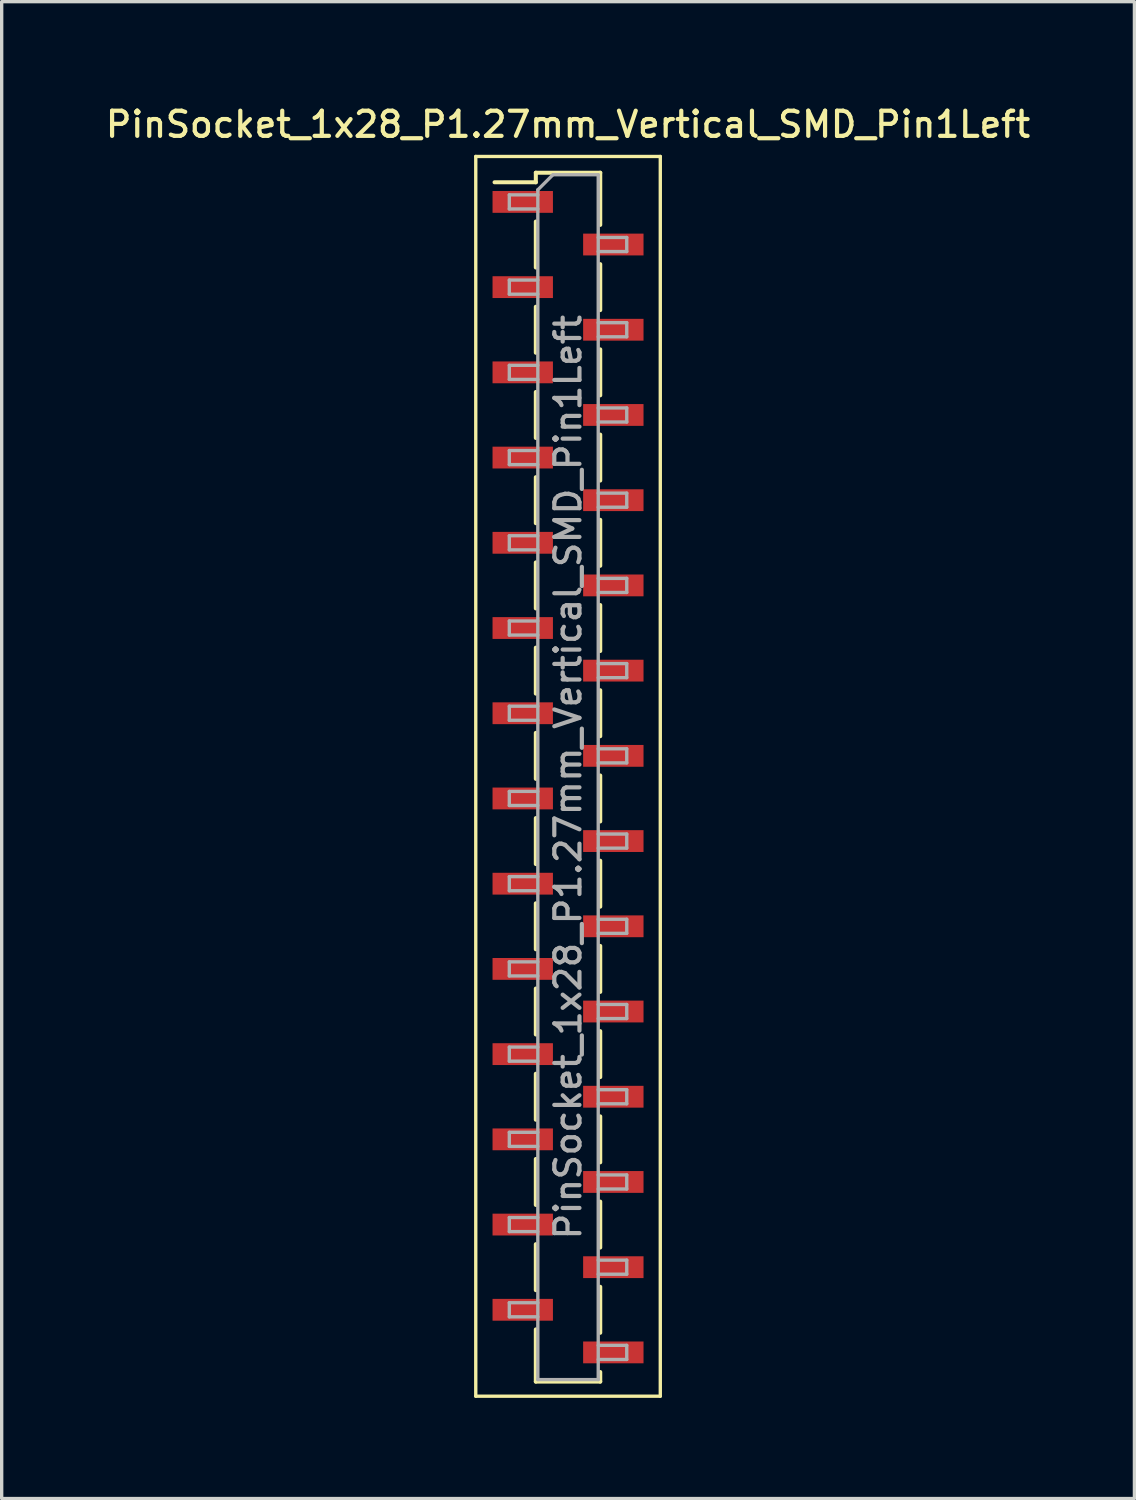
<source format=kicad_pcb>
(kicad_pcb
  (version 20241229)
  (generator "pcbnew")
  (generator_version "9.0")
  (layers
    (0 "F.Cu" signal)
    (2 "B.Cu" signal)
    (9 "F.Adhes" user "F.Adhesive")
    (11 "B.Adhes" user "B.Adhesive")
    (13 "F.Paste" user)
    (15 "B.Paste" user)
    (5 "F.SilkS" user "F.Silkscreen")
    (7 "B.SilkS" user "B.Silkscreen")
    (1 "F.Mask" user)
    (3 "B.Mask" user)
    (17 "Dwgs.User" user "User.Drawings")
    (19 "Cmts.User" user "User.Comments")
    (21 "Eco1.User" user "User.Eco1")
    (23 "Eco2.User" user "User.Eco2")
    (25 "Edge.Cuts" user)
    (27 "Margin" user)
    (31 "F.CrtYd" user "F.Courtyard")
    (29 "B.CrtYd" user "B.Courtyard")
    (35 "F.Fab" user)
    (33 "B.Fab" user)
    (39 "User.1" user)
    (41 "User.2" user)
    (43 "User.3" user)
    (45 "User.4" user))
  (footprint "PinSocket_1x28_P1.27mm_Vertical_SMD_Pin1Left"
    (layer "F.Cu")
    (at 13.88 20.113)
    (property "Reference" "PinSocket_1x28_P1.27mm_Vertical_SMD_Pin1Left" (at 0 -19.455 0) (layer "F.SilkS") (effects (font (size 0.75 0.75) (thickness 0.125))))
    (attr smd)
    (fp_line (start -2.75 -18.5) (end 2.75 -18.5) (stroke (width 0.1) (type solid)) (layer "F.SilkS"))
    (fp_line (start -2.75 18.45) (end -2.75 -18.5) (stroke (width 0.1) (type solid)) (layer "F.SilkS"))
    (fp_line (start -2.19 -17.73) (end -0.96 -17.73) (stroke (width 0.12) (type solid)) (layer "F.SilkS"))
    (fp_line (start -0.96 -18.015) (end -0.96 -17.73) (stroke (width 0.12) (type solid)) (layer "F.SilkS"))
    (fp_line (start -0.96 -18.015) (end 0.96 -18.015) (stroke (width 0.12) (type solid)) (layer "F.SilkS"))
    (fp_line (start -0.96 -16.56) (end -0.96 -15.19) (stroke (width 0.12) (type solid)) (layer "F.SilkS"))
    (fp_line (start -0.96 -14.02) (end -0.96 -12.65) (stroke (width 0.12) (type solid)) (layer "F.SilkS"))
    (fp_line (start -0.96 -11.48) (end -0.96 -10.11) (stroke (width 0.12) (type solid)) (layer "F.SilkS"))
    (fp_line (start -0.96 -8.94) (end -0.96 -7.57) (stroke (width 0.12) (type solid)) (layer "F.SilkS"))
    (fp_line (start -0.96 -6.4) (end -0.96 -5.03) (stroke (width 0.12) (type solid)) (layer "F.SilkS"))
    (fp_line (start -0.96 -3.86) (end -0.96 -2.49) (stroke (width 0.12) (type solid)) (layer "F.SilkS"))
    (fp_line (start -0.96 -1.32) (end -0.96 0.05) (stroke (width 0.12) (type solid)) (layer "F.SilkS"))
    (fp_line (start -0.96 1.22) (end -0.96 2.59) (stroke (width 0.12) (type solid)) (layer "F.SilkS"))
    (fp_line (start -0.96 3.76) (end -0.96 5.13) (stroke (width 0.12) (type solid)) (layer "F.SilkS"))
    (fp_line (start -0.96 6.3) (end -0.96 7.67) (stroke (width 0.12) (type solid)) (layer "F.SilkS"))
    (fp_line (start -0.96 8.84) (end -0.96 10.21) (stroke (width 0.12) (type solid)) (layer "F.SilkS"))
    (fp_line (start -0.96 11.38) (end -0.96 12.75) (stroke (width 0.12) (type solid)) (layer "F.SilkS"))
    (fp_line (start -0.96 13.92) (end -0.96 15.29) (stroke (width 0.12) (type solid)) (layer "F.SilkS"))
    (fp_line (start -0.96 16.46) (end -0.96 18.015) (stroke (width 0.12) (type solid)) (layer "F.SilkS"))
    (fp_line (start -0.96 18.015) (end 0.96 18.015) (stroke (width 0.12) (type solid)) (layer "F.SilkS"))
    (fp_line (start 0.96 -18.015) (end 0.96 -16.46) (stroke (width 0.12) (type solid)) (layer "F.SilkS"))
    (fp_line (start 0.96 -15.29) (end 0.96 -13.92) (stroke (width 0.12) (type solid)) (layer "F.SilkS"))
    (fp_line (start 0.96 -12.75) (end 0.96 -11.38) (stroke (width 0.12) (type solid)) (layer "F.SilkS"))
    (fp_line (start 0.96 -10.21) (end 0.96 -8.84) (stroke (width 0.12) (type solid)) (layer "F.SilkS"))
    (fp_line (start 0.96 -7.67) (end 0.96 -6.3) (stroke (width 0.12) (type solid)) (layer "F.SilkS"))
    (fp_line (start 0.96 -5.13) (end 0.96 -3.76) (stroke (width 0.12) (type solid)) (layer "F.SilkS"))
    (fp_line (start 0.96 -2.59) (end 0.96 -1.22) (stroke (width 0.12) (type solid)) (layer "F.SilkS"))
    (fp_line (start 0.96 -0.05) (end 0.96 1.32) (stroke (width 0.12) (type solid)) (layer "F.SilkS"))
    (fp_line (start 0.96 2.49) (end 0.96 3.86) (stroke (width 0.12) (type solid)) (layer "F.SilkS"))
    (fp_line (start 0.96 5.03) (end 0.96 6.4) (stroke (width 0.12) (type solid)) (layer "F.SilkS"))
    (fp_line (start 0.96 7.57) (end 0.96 8.94) (stroke (width 0.12) (type solid)) (layer "F.SilkS"))
    (fp_line (start 0.96 10.11) (end 0.96 11.48) (stroke (width 0.12) (type solid)) (layer "F.SilkS"))
    (fp_line (start 0.96 12.65) (end 0.96 14.02) (stroke (width 0.12) (type solid)) (layer "F.SilkS"))
    (fp_line (start 0.96 15.19) (end 0.96 16.56) (stroke (width 0.12) (type solid)) (layer "F.SilkS"))
    (fp_line (start 0.96 17.73) (end 0.96 18.015) (stroke (width 0.12) (type solid)) (layer "F.SilkS"))
    (fp_line (start 2.75 -18.5) (end 2.75 18.45) (stroke (width 0.1) (type solid)) (layer "F.SilkS"))
    (fp_line (start 2.75 18.45) (end -2.75 18.45) (stroke (width 0.1) (type solid)) (layer "F.SilkS"))
    (fp_line (start -1.75 -17.355) (end -0.9 -17.355) (stroke (width 0.1) (type solid)) (layer "F.Fab"))
    (fp_line (start -1.75 -16.935) (end -1.75 -17.355) (stroke (width 0.1) (type solid)) (layer "F.Fab"))
    (fp_line (start -1.75 -14.815) (end -0.9 -14.815) (stroke (width 0.1) (type solid)) (layer "F.Fab"))
    (fp_line (start -1.75 -14.395) (end -1.75 -14.815) (stroke (width 0.1) (type solid)) (layer "F.Fab"))
    (fp_line (start -1.75 -12.275) (end -0.9 -12.275) (stroke (width 0.1) (type solid)) (layer "F.Fab"))
    (fp_line (start -1.75 -11.855) (end -1.75 -12.275) (stroke (width 0.1) (type solid)) (layer "F.Fab"))
    (fp_line (start -1.75 -9.735) (end -0.9 -9.735) (stroke (width 0.1) (type solid)) (layer "F.Fab"))
    (fp_line (start -1.75 -9.315) (end -1.75 -9.735) (stroke (width 0.1) (type solid)) (layer "F.Fab"))
    (fp_line (start -1.75 -7.195) (end -0.9 -7.195) (stroke (width 0.1) (type solid)) (layer "F.Fab"))
    (fp_line (start -1.75 -6.775) (end -1.75 -7.195) (stroke (width 0.1) (type solid)) (layer "F.Fab"))
    (fp_line (start -1.75 -4.655) (end -0.9 -4.655) (stroke (width 0.1) (type solid)) (layer "F.Fab"))
    (fp_line (start -1.75 -4.235) (end -1.75 -4.655) (stroke (width 0.1) (type solid)) (layer "F.Fab"))
    (fp_line (start -1.75 -2.115) (end -0.9 -2.115) (stroke (width 0.1) (type solid)) (layer "F.Fab"))
    (fp_line (start -1.75 -1.695) (end -1.75 -2.115) (stroke (width 0.1) (type solid)) (layer "F.Fab"))
    (fp_line (start -1.75 0.425) (end -0.9 0.425) (stroke (width 0.1) (type solid)) (layer "F.Fab"))
    (fp_line (start -1.75 0.845) (end -1.75 0.425) (stroke (width 0.1) (type solid)) (layer "F.Fab"))
    (fp_line (start -1.75 2.965) (end -0.9 2.965) (stroke (width 0.1) (type solid)) (layer "F.Fab"))
    (fp_line (start -1.75 3.385) (end -1.75 2.965) (stroke (width 0.1) (type solid)) (layer "F.Fab"))
    (fp_line (start -1.75 5.505) (end -0.9 5.505) (stroke (width 0.1) (type solid)) (layer "F.Fab"))
    (fp_line (start -1.75 5.925) (end -1.75 5.505) (stroke (width 0.1) (type solid)) (layer "F.Fab"))
    (fp_line (start -1.75 8.045) (end -0.9 8.045) (stroke (width 0.1) (type solid)) (layer "F.Fab"))
    (fp_line (start -1.75 8.465) (end -1.75 8.045) (stroke (width 0.1) (type solid)) (layer "F.Fab"))
    (fp_line (start -1.75 10.585) (end -0.9 10.585) (stroke (width 0.1) (type solid)) (layer "F.Fab"))
    (fp_line (start -1.75 11.005) (end -1.75 10.585) (stroke (width 0.1) (type solid)) (layer "F.Fab"))
    (fp_line (start -1.75 13.125) (end -0.9 13.125) (stroke (width 0.1) (type solid)) (layer "F.Fab"))
    (fp_line (start -1.75 13.545) (end -1.75 13.125) (stroke (width 0.1) (type solid)) (layer "F.Fab"))
    (fp_line (start -1.75 15.665) (end -0.9 15.665) (stroke (width 0.1) (type solid)) (layer "F.Fab"))
    (fp_line (start -1.75 16.085) (end -1.75 15.665) (stroke (width 0.1) (type solid)) (layer "F.Fab"))
    (fp_line (start -0.9 -17.505) (end -0.45 -17.955) (stroke (width 0.1) (type solid)) (layer "F.Fab"))
    (fp_line (start -0.9 -16.935) (end -1.75 -16.935) (stroke (width 0.1) (type solid)) (layer "F.Fab"))
    (fp_line (start -0.9 -14.395) (end -1.75 -14.395) (stroke (width 0.1) (type solid)) (layer "F.Fab"))
    (fp_line (start -0.9 -11.855) (end -1.75 -11.855) (stroke (width 0.1) (type solid)) (layer "F.Fab"))
    (fp_line (start -0.9 -9.315) (end -1.75 -9.315) (stroke (width 0.1) (type solid)) (layer "F.Fab"))
    (fp_line (start -0.9 -6.775) (end -1.75 -6.775) (stroke (width 0.1) (type solid)) (layer "F.Fab"))
    (fp_line (start -0.9 -4.235) (end -1.75 -4.235) (stroke (width 0.1) (type solid)) (layer "F.Fab"))
    (fp_line (start -0.9 -1.695) (end -1.75 -1.695) (stroke (width 0.1) (type solid)) (layer "F.Fab"))
    (fp_line (start -0.9 0.845) (end -1.75 0.845) (stroke (width 0.1) (type solid)) (layer "F.Fab"))
    (fp_line (start -0.9 3.385) (end -1.75 3.385) (stroke (width 0.1) (type solid)) (layer "F.Fab"))
    (fp_line (start -0.9 5.925) (end -1.75 5.925) (stroke (width 0.1) (type solid)) (layer "F.Fab"))
    (fp_line (start -0.9 8.465) (end -1.75 8.465) (stroke (width 0.1) (type solid)) (layer "F.Fab"))
    (fp_line (start -0.9 11.005) (end -1.75 11.005) (stroke (width 0.1) (type solid)) (layer "F.Fab"))
    (fp_line (start -0.9 13.545) (end -1.75 13.545) (stroke (width 0.1) (type solid)) (layer "F.Fab"))
    (fp_line (start -0.9 16.085) (end -1.75 16.085) (stroke (width 0.1) (type solid)) (layer "F.Fab"))
    (fp_line (start -0.9 17.955) (end -0.9 -17.505) (stroke (width 0.1) (type solid)) (layer "F.Fab"))
    (fp_line (start -0.45 -17.955) (end 0.9 -17.955) (stroke (width 0.1) (type solid)) (layer "F.Fab"))
    (fp_line (start 0.9 -17.955) (end 0.9 17.955) (stroke (width 0.1) (type solid)) (layer "F.Fab"))
    (fp_line (start 0.9 -16.085) (end 1.75 -16.085) (stroke (width 0.1) (type solid)) (layer "F.Fab"))
    (fp_line (start 0.9 -13.545) (end 1.75 -13.545) (stroke (width 0.1) (type solid)) (layer "F.Fab"))
    (fp_line (start 0.9 -11.005) (end 1.75 -11.005) (stroke (width 0.1) (type solid)) (layer "F.Fab"))
    (fp_line (start 0.9 -8.465) (end 1.75 -8.465) (stroke (width 0.1) (type solid)) (layer "F.Fab"))
    (fp_line (start 0.9 -5.925) (end 1.75 -5.925) (stroke (width 0.1) (type solid)) (layer "F.Fab"))
    (fp_line (start 0.9 -3.385) (end 1.75 -3.385) (stroke (width 0.1) (type solid)) (layer "F.Fab"))
    (fp_line (start 0.9 -0.845) (end 1.75 -0.845) (stroke (width 0.1) (type solid)) (layer "F.Fab"))
    (fp_line (start 0.9 1.695) (end 1.75 1.695) (stroke (width 0.1) (type solid)) (layer "F.Fab"))
    (fp_line (start 0.9 4.235) (end 1.75 4.235) (stroke (width 0.1) (type solid)) (layer "F.Fab"))
    (fp_line (start 0.9 6.775) (end 1.75 6.775) (stroke (width 0.1) (type solid)) (layer "F.Fab"))
    (fp_line (start 0.9 9.315) (end 1.75 9.315) (stroke (width 0.1) (type solid)) (layer "F.Fab"))
    (fp_line (start 0.9 11.855) (end 1.75 11.855) (stroke (width 0.1) (type solid)) (layer "F.Fab"))
    (fp_line (start 0.9 14.395) (end 1.75 14.395) (stroke (width 0.1) (type solid)) (layer "F.Fab"))
    (fp_line (start 0.9 16.935) (end 1.75 16.935) (stroke (width 0.1) (type solid)) (layer "F.Fab"))
    (fp_line (start 0.9 17.955) (end -0.9 17.955) (stroke (width 0.1) (type solid)) (layer "F.Fab"))
    (fp_line (start 1.75 -16.085) (end 1.75 -15.665) (stroke (width 0.1) (type solid)) (layer "F.Fab"))
    (fp_line (start 1.75 -15.665) (end 0.9 -15.665) (stroke (width 0.1) (type solid)) (layer "F.Fab"))
    (fp_line (start 1.75 -13.545) (end 1.75 -13.125) (stroke (width 0.1) (type solid)) (layer "F.Fab"))
    (fp_line (start 1.75 -13.125) (end 0.9 -13.125) (stroke (width 0.1) (type solid)) (layer "F.Fab"))
    (fp_line (start 1.75 -11.005) (end 1.75 -10.585) (stroke (width 0.1) (type solid)) (layer "F.Fab"))
    (fp_line (start 1.75 -10.585) (end 0.9 -10.585) (stroke (width 0.1) (type solid)) (layer "F.Fab"))
    (fp_line (start 1.75 -8.465) (end 1.75 -8.045) (stroke (width 0.1) (type solid)) (layer "F.Fab"))
    (fp_line (start 1.75 -8.045) (end 0.9 -8.045) (stroke (width 0.1) (type solid)) (layer "F.Fab"))
    (fp_line (start 1.75 -5.925) (end 1.75 -5.505) (stroke (width 0.1) (type solid)) (layer "F.Fab"))
    (fp_line (start 1.75 -5.505) (end 0.9 -5.505) (stroke (width 0.1) (type solid)) (layer "F.Fab"))
    (fp_line (start 1.75 -3.385) (end 1.75 -2.965) (stroke (width 0.1) (type solid)) (layer "F.Fab"))
    (fp_line (start 1.75 -2.965) (end 0.9 -2.965) (stroke (width 0.1) (type solid)) (layer "F.Fab"))
    (fp_line (start 1.75 -0.845) (end 1.75 -0.425) (stroke (width 0.1) (type solid)) (layer "F.Fab"))
    (fp_line (start 1.75 -0.425) (end 0.9 -0.425) (stroke (width 0.1) (type solid)) (layer "F.Fab"))
    (fp_line (start 1.75 1.695) (end 1.75 2.115) (stroke (width 0.1) (type solid)) (layer "F.Fab"))
    (fp_line (start 1.75 2.115) (end 0.9 2.115) (stroke (width 0.1) (type solid)) (layer "F.Fab"))
    (fp_line (start 1.75 4.235) (end 1.75 4.655) (stroke (width 0.1) (type solid)) (layer "F.Fab"))
    (fp_line (start 1.75 4.655) (end 0.9 4.655) (stroke (width 0.1) (type solid)) (layer "F.Fab"))
    (fp_line (start 1.75 6.775) (end 1.75 7.195) (stroke (width 0.1) (type solid)) (layer "F.Fab"))
    (fp_line (start 1.75 7.195) (end 0.9 7.195) (stroke (width 0.1) (type solid)) (layer "F.Fab"))
    (fp_line (start 1.75 9.315) (end 1.75 9.735) (stroke (width 0.1) (type solid)) (layer "F.Fab"))
    (fp_line (start 1.75 9.735) (end 0.9 9.735) (stroke (width 0.1) (type solid)) (layer "F.Fab"))
    (fp_line (start 1.75 11.855) (end 1.75 12.275) (stroke (width 0.1) (type solid)) (layer "F.Fab"))
    (fp_line (start 1.75 12.275) (end 0.9 12.275) (stroke (width 0.1) (type solid)) (layer "F.Fab"))
    (fp_line (start 1.75 14.395) (end 1.75 14.815) (stroke (width 0.1) (type solid)) (layer "F.Fab"))
    (fp_line (start 1.75 14.815) (end 0.9 14.815) (stroke (width 0.1) (type solid)) (layer "F.Fab"))
    (fp_line (start 1.75 16.935) (end 1.75 17.355) (stroke (width 0.1) (type solid)) (layer "F.Fab"))
    (fp_line (start 1.75 17.355) (end 0.9 17.355) (stroke (width 0.1) (type solid)) (layer "F.Fab"))
    (fp_text user "${REFERENCE}" (at 0 0 90) (layer "F.Fab") (effects (font (size 0.75 0.75) (thickness 0.125))))
    (pad "1" smd rect (at -1.35 -17.145) (size 1.8 0.65) (layers "F.Cu" "F.Mask" "F.Paste"))
    (pad "2" smd rect (at 1.35 -15.875) (size 1.8 0.65) (layers "F.Cu" "F.Mask" "F.Paste"))
    (pad "3" smd rect (at -1.35 -14.605) (size 1.8 0.65) (layers "F.Cu" "F.Mask" "F.Paste"))
    (pad "4" smd rect (at 1.35 -13.335) (size 1.8 0.65) (layers "F.Cu" "F.Mask" "F.Paste"))
    (pad "5" smd rect (at -1.35 -12.065) (size 1.8 0.65) (layers "F.Cu" "F.Mask" "F.Paste"))
    (pad "6" smd rect (at 1.35 -10.795) (size 1.8 0.65) (layers "F.Cu" "F.Mask" "F.Paste"))
    (pad "7" smd rect (at -1.35 -9.525) (size 1.8 0.65) (layers "F.Cu" "F.Mask" "F.Paste"))
    (pad "8" smd rect (at 1.35 -8.255) (size 1.8 0.65) (layers "F.Cu" "F.Mask" "F.Paste"))
    (pad "9" smd rect (at -1.35 -6.985) (size 1.8 0.65) (layers "F.Cu" "F.Mask" "F.Paste"))
    (pad "10" smd rect (at 1.35 -5.715) (size 1.8 0.65) (layers "F.Cu" "F.Mask" "F.Paste"))
    (pad "11" smd rect (at -1.35 -4.445) (size 1.8 0.65) (layers "F.Cu" "F.Mask" "F.Paste"))
    (pad "12" smd rect (at 1.35 -3.175) (size 1.8 0.65) (layers "F.Cu" "F.Mask" "F.Paste"))
    (pad "13" smd rect (at -1.35 -1.905) (size 1.8 0.65) (layers "F.Cu" "F.Mask" "F.Paste"))
    (pad "14" smd rect (at 1.35 -0.635) (size 1.8 0.65) (layers "F.Cu" "F.Mask" "F.Paste"))
    (pad "15" smd rect (at -1.35 0.635) (size 1.8 0.65) (layers "F.Cu" "F.Mask" "F.Paste"))
    (pad "16" smd rect (at 1.35 1.905) (size 1.8 0.65) (layers "F.Cu" "F.Mask" "F.Paste"))
    (pad "17" smd rect (at -1.35 3.175) (size 1.8 0.65) (layers "F.Cu" "F.Mask" "F.Paste"))
    (pad "18" smd rect (at 1.35 4.445) (size 1.8 0.65) (layers "F.Cu" "F.Mask" "F.Paste"))
    (pad "19" smd rect (at -1.35 5.715) (size 1.8 0.65) (layers "F.Cu" "F.Mask" "F.Paste"))
    (pad "20" smd rect (at 1.35 6.985) (size 1.8 0.65) (layers "F.Cu" "F.Mask" "F.Paste"))
    (pad "21" smd rect (at -1.35 8.255) (size 1.8 0.65) (layers "F.Cu" "F.Mask" "F.Paste"))
    (pad "22" smd rect (at 1.35 9.525) (size 1.8 0.65) (layers "F.Cu" "F.Mask" "F.Paste"))
    (pad "23" smd rect (at -1.35 10.795) (size 1.8 0.65) (layers "F.Cu" "F.Mask" "F.Paste"))
    (pad "24" smd rect (at 1.35 12.065) (size 1.8 0.65) (layers "F.Cu" "F.Mask" "F.Paste"))
    (pad "25" smd rect (at -1.35 13.335) (size 1.8 0.65) (layers "F.Cu" "F.Mask" "F.Paste"))
    (pad "26" smd rect (at 1.35 14.605) (size 1.8 0.65) (layers "F.Cu" "F.Mask" "F.Paste"))
    (pad "27" smd rect (at -1.35 15.875) (size 1.8 0.65) (layers "F.Cu" "F.Mask" "F.Paste"))
    (pad "28" smd rect (at 1.35 17.145) (size 1.8 0.65) (layers "F.Cu" "F.Mask" "F.Paste")))
  (gr_rect
    (start -3 -3)
    (end 30.761 41.613)
    (stroke (width 0.1) (type default))
    (fill no)
    (layer "Edge.Cuts")))
</source>
